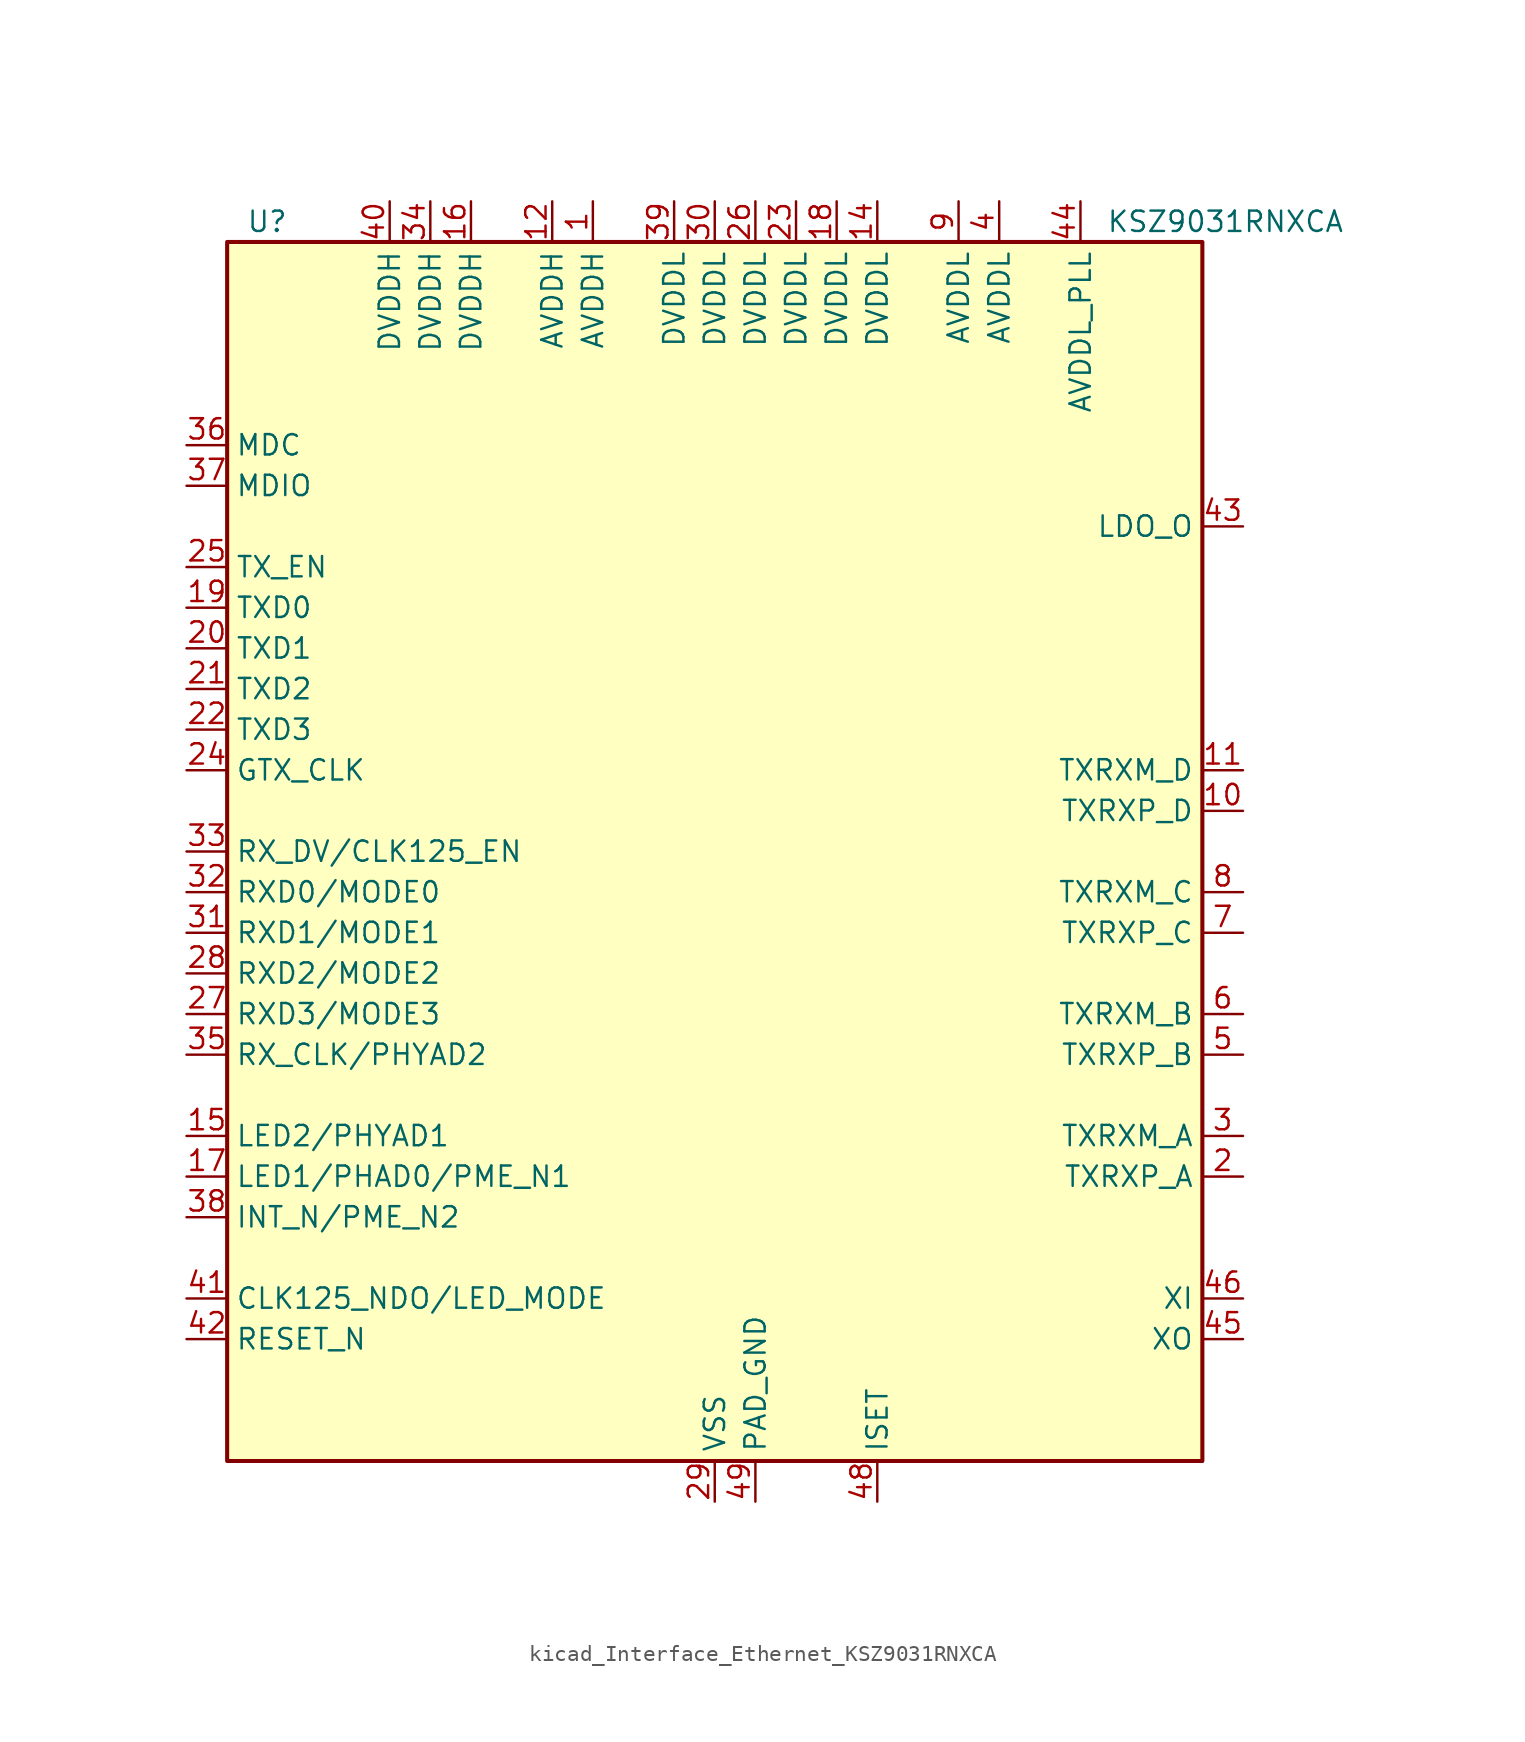
<source format=kicad_sym>
(kicad_symbol_lib
  (version 20220914)
  (generator kicad_symbol_editor)
  (symbol "kicad_Interface_Ethernet_KSZ9031RNXCA"
    (property "Reference" "U"
      (at -26.67 39.37 0)
      (effects (font (size 1.27 1.27)) (justify right)))
    (property "Value" "KSZ9031RNXCA"
      (at 39.37 39.37 0)
      (effects (font (size 1.27 1.27)) (justify right)))
    (symbol "kicad_Interface_Ethernet_KSZ9031RNXCA_0_1"
      (rectangle (start -30.48 38.1) (end 30.48 -38.1) (stroke (width 0.254) (type default)) (fill (type background))))
    (symbol "kicad_Interface_Ethernet_KSZ9031RNXCA_1_1"
      (pin power_in line (at -7.62 40.64 270) (length 2.54) (name "AVDDH" (effects (font (size 1.27 1.27)))) (number "1" (effects (font (size 1.27 1.27)))))
      (pin input line (at 33.02 2.54 180) (length 2.54) (name "TXRXP_D" (effects (font (size 1.27 1.27)))) (number "10" (effects (font (size 1.27 1.27)))))
      (pin input line (at 33.02 5.08 180) (length 2.54) (name "TXRXM_D" (effects (font (size 1.27 1.27)))) (number "11" (effects (font (size 1.27 1.27)))))
      (pin power_in line (at -10.16 40.64 270) (length 2.54) (name "AVDDH" (effects (font (size 1.27 1.27)))) (number "12" (effects (font (size 1.27 1.27)))))
      (pin no_connect line (at 30.48 12.7 180) (length 2.54) hide (name "NC" (effects (font (size 1.27 1.27)))) (number "13" (effects (font (size 1.27 1.27)))))
      (pin power_in line (at 10.16 40.64 270) (length 2.54) (name "DVDDL" (effects (font (size 1.27 1.27)))) (number "14" (effects (font (size 1.27 1.27)))))
      (pin bidirectional line (at -33.02 -17.78 0) (length 2.54) (name "LED2/PHYAD1" (effects (font (size 1.27 1.27)))) (number "15" (effects (font (size 1.27 1.27)))))
      (pin power_in line (at -15.24 40.64 270) (length 2.54) (name "DVDDH" (effects (font (size 1.27 1.27)))) (number "16" (effects (font (size 1.27 1.27)))))
      (pin bidirectional line (at -33.02 -20.32 0) (length 2.54) (name "LED1/PHAD0/PME_N1" (effects (font (size 1.27 1.27)))) (number "17" (effects (font (size 1.27 1.27)))))
      (pin power_in line (at 7.62 40.64 270) (length 2.54) (name "DVDDL" (effects (font (size 1.27 1.27)))) (number "18" (effects (font (size 1.27 1.27)))))
      (pin input line (at -33.02 15.24 0) (length 2.54) (name "TXD0" (effects (font (size 1.27 1.27)))) (number "19" (effects (font (size 1.27 1.27)))))
      (pin input line (at 33.02 -20.32 180) (length 2.54) (name "TXRXP_A" (effects (font (size 1.27 1.27)))) (number "2" (effects (font (size 1.27 1.27)))))
      (pin input line (at -33.02 12.7 0) (length 2.54) (name "TXD1" (effects (font (size 1.27 1.27)))) (number "20" (effects (font (size 1.27 1.27)))))
      (pin input line (at -33.02 10.16 0) (length 2.54) (name "TXD2" (effects (font (size 1.27 1.27)))) (number "21" (effects (font (size 1.27 1.27)))))
      (pin input line (at -33.02 7.62 0) (length 2.54) (name "TXD3" (effects (font (size 1.27 1.27)))) (number "22" (effects (font (size 1.27 1.27)))))
      (pin power_in line (at 5.08 40.64 270) (length 2.54) (name "DVDDL" (effects (font (size 1.27 1.27)))) (number "23" (effects (font (size 1.27 1.27)))))
      (pin input line (at -33.02 5.08 0) (length 2.54) (name "GTX_CLK" (effects (font (size 1.27 1.27)))) (number "24" (effects (font (size 1.27 1.27)))))
      (pin input line (at -33.02 17.78 0) (length 2.54) (name "TX_EN" (effects (font (size 1.27 1.27)))) (number "25" (effects (font (size 1.27 1.27)))))
      (pin power_in line (at 2.54 40.64 270) (length 2.54) (name "DVDDL" (effects (font (size 1.27 1.27)))) (number "26" (effects (font (size 1.27 1.27)))))
      (pin input line (at -33.02 -10.16 0) (length 2.54) (name "RXD3/MODE3" (effects (font (size 1.27 1.27)))) (number "27" (effects (font (size 1.27 1.27)))))
      (pin input line (at -33.02 -7.62 0) (length 2.54) (name "RXD2/MODE2" (effects (font (size 1.27 1.27)))) (number "28" (effects (font (size 1.27 1.27)))))
      (pin power_in line (at 0 -40.64 90) (length 2.54) (name "VSS" (effects (font (size 1.27 1.27)))) (number "29" (effects (font (size 1.27 1.27)))))
      (pin input line (at 33.02 -17.78 180) (length 2.54) (name "TXRXM_A" (effects (font (size 1.27 1.27)))) (number "3" (effects (font (size 1.27 1.27)))))
      (pin power_in line (at 0 40.64 270) (length 2.54) (name "DVDDL" (effects (font (size 1.27 1.27)))) (number "30" (effects (font (size 1.27 1.27)))))
      (pin input line (at -33.02 -5.08 0) (length 2.54) (name "RXD1/MODE1" (effects (font (size 1.27 1.27)))) (number "31" (effects (font (size 1.27 1.27)))))
      (pin input line (at -33.02 -2.54 0) (length 2.54) (name "RXD0/MODE0" (effects (font (size 1.27 1.27)))) (number "32" (effects (font (size 1.27 1.27)))))
      (pin input line (at -33.02 0 0) (length 2.54) (name "RX_DV/CLK125_EN" (effects (font (size 1.27 1.27)))) (number "33" (effects (font (size 1.27 1.27)))))
      (pin power_in line (at -17.78 40.64 270) (length 2.54) (name "DVDDH" (effects (font (size 1.27 1.27)))) (number "34" (effects (font (size 1.27 1.27)))))
      (pin input line (at -33.02 -12.7 0) (length 2.54) (name "RX_CLK/PHYAD2" (effects (font (size 1.27 1.27)))) (number "35" (effects (font (size 1.27 1.27)))))
      (pin input line (at -33.02 25.4 0) (length 2.54) (name "MDC" (effects (font (size 1.27 1.27)))) (number "36" (effects (font (size 1.27 1.27)))))
      (pin input line (at -33.02 22.86 0) (length 2.54) (name "MDIO" (effects (font (size 1.27 1.27)))) (number "37" (effects (font (size 1.27 1.27)))))
      (pin input line (at -33.02 -22.86 0) (length 2.54) (name "INT_N/PME_N2" (effects (font (size 1.27 1.27)))) (number "38" (effects (font (size 1.27 1.27)))))
      (pin power_in line (at -2.54 40.64 270) (length 2.54) (name "DVDDL" (effects (font (size 1.27 1.27)))) (number "39" (effects (font (size 1.27 1.27)))))
      (pin power_in line (at 17.78 40.64 270) (length 2.54) (name "AVDDL" (effects (font (size 1.27 1.27)))) (number "4" (effects (font (size 1.27 1.27)))))
      (pin power_in line (at -20.32 40.64 270) (length 2.54) (name "DVDDH" (effects (font (size 1.27 1.27)))) (number "40" (effects (font (size 1.27 1.27)))))
      (pin input line (at -33.02 -27.94 0) (length 2.54) (name "CLK125_NDO/LED_MODE" (effects (font (size 1.27 1.27)))) (number "41" (effects (font (size 1.27 1.27)))))
      (pin input line (at -33.02 -30.48 0) (length 2.54) (name "RESET_N" (effects (font (size 1.27 1.27)))) (number "42" (effects (font (size 1.27 1.27)))))
      (pin input line (at 33.02 20.32 180) (length 2.54) (name "LDO_O" (effects (font (size 1.27 1.27)))) (number "43" (effects (font (size 1.27 1.27)))))
      (pin power_in line (at 22.86 40.64 270) (length 2.54) (name "AVDDL_PLL" (effects (font (size 1.27 1.27)))) (number "44" (effects (font (size 1.27 1.27)))))
      (pin input line (at 33.02 -30.48 180) (length 2.54) (name "XO" (effects (font (size 1.27 1.27)))) (number "45" (effects (font (size 1.27 1.27)))))
      (pin input line (at 33.02 -27.94 180) (length 2.54) (name "XI" (effects (font (size 1.27 1.27)))) (number "46" (effects (font (size 1.27 1.27)))))
      (pin no_connect line (at 30.48 10.16 180) (length 2.54) hide (name "NC" (effects (font (size 1.27 1.27)))) (number "47" (effects (font (size 1.27 1.27)))))
      (pin output line (at 10.16 -40.64 90) (length 2.54) (name "ISET" (effects (font (size 1.27 1.27)))) (number "48" (effects (font (size 1.27 1.27)))))
      (pin power_in line (at 2.54 -40.64 90) (length 2.54) (name "PAD_GND" (effects (font (size 1.27 1.27)))) (number "49" (effects (font (size 1.27 1.27)))))
      (pin input line (at 33.02 -12.7 180) (length 2.54) (name "TXRXP_B" (effects (font (size 1.27 1.27)))) (number "5" (effects (font (size 1.27 1.27)))))
      (pin input line (at 33.02 -10.16 180) (length 2.54) (name "TXRXM_B" (effects (font (size 1.27 1.27)))) (number "6" (effects (font (size 1.27 1.27)))))
      (pin input line (at 33.02 -5.08 180) (length 2.54) (name "TXRXP_C" (effects (font (size 1.27 1.27)))) (number "7" (effects (font (size 1.27 1.27)))))
      (pin input line (at 33.02 -2.54 180) (length 2.54) (name "TXRXM_C" (effects (font (size 1.27 1.27)))) (number "8" (effects (font (size 1.27 1.27)))))
      (pin power_in line (at 15.24 40.64 270) (length 2.54) (name "AVDDL" (effects (font (size 1.27 1.27)))) (number "9" (effects (font (size 1.27 1.27))))))))
</source>
